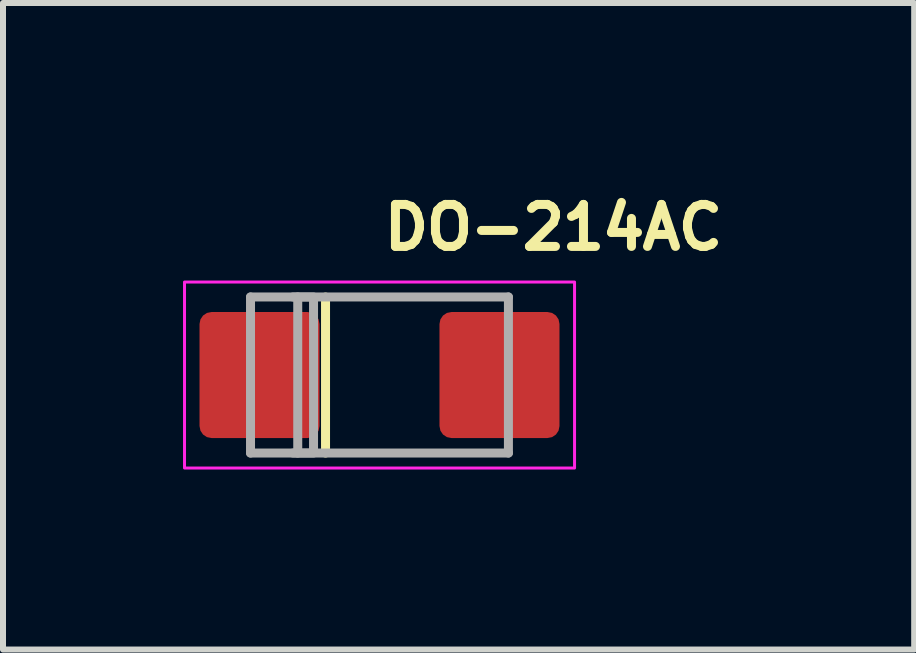
<source format=kicad_pcb>
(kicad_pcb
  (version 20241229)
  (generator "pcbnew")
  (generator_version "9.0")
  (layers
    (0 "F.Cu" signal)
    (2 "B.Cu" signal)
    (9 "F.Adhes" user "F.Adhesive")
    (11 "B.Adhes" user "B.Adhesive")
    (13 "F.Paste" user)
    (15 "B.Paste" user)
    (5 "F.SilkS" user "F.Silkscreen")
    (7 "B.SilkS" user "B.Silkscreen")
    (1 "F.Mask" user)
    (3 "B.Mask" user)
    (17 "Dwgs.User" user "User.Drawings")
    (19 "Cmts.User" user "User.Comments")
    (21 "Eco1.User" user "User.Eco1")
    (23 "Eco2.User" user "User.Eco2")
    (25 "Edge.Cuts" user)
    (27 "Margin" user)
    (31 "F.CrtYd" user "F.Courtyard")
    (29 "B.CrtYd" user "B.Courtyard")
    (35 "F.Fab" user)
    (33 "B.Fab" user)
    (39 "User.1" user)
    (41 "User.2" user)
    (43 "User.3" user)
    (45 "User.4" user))
  (footprint "DO-214AC"
    (layer "F.Cu")
    (at 3.275 3.2)
    (property "Reference" "DO-214AC" (at 0 -2.05 0) (layer "F.SilkS") (effects (font (size 0.7 0.7) (thickness 0.15)) (justify left bottom)))
    (attr smd)
    (fp_line (start -0.9 1.3) (end -0.9 -1.3) (stroke (width 0.15) (type solid)) (layer "F.SilkS"))
    (fp_rect (start -3.25 -1.55) (end 3.25 1.55) (stroke (width 0.05) (type solid)) (fill no) (layer "F.CrtYd"))
    (fp_line (start -2.15 -1.301) (end -2.15 1.3) (stroke (width 0.15) (type solid)) (layer "F.Fab"))
    (fp_line (start -2.15 -1.301) (end 2.148 -1.301) (stroke (width 0.15) (type solid)) (layer "F.Fab"))
    (fp_line (start -2.15 1.3) (end 2.148 1.3) (stroke (width 0.15) (type solid)) (layer "F.Fab"))
    (fp_line (start -1.442 1.3) (end -1.365 1.3) (stroke (width 0.15) (type solid)) (layer "F.Fab"))
    (fp_line (start -1.363 -1.301) (end -1.442 -1.301) (stroke (width 0.15) (type solid)) (layer "F.Fab"))
    (fp_line (start 2.148 -1.301) (end 2.148 1.3) (stroke (width 0.15) (type solid)) (layer "F.Fab"))
    (fp_rect (start -1.363 -1.301) (end -1.1 1.3) (stroke (width 0.15) (type solid)) (fill no) (layer "F.Fab"))
    (fp_rect (start -2.601 -1.301) (end 2.6 1.3) (stroke (width 0.1) (type solid)) (fill no) (layer "User.5"))
    (fp_line (start -2.601 0.748) (end -2.601 -0.75) (stroke (width 0.02) (type solid)) (layer "User.9"))
    (fp_line (start -2.452 -0.75) (end -2.601 -0.75) (stroke (width 0.02) (type solid)) (layer "User.9"))
    (fp_line (start -2.452 -0.75) (end -2.15 -0.75) (stroke (width 0.02) (type solid)) (layer "User.9"))
    (fp_line (start -2.452 0.748) (end -2.601 0.748) (stroke (width 0.02) (type solid)) (layer "User.9"))
    (fp_line (start -2.15 -1.301) (end 2.148 -1.301) (stroke (width 0.02) (type solid)) (layer "User.9"))
    (fp_line (start -2.15 -0.75) (end -2.15 -1.301) (stroke (width 0.02) (type solid)) (layer "User.9"))
    (fp_line (start -2.15 0.748) (end -2.452 0.748) (stroke (width 0.02) (type solid)) (layer "User.9"))
    (fp_line (start -2.15 0.748) (end -2.15 -0.75) (stroke (width 0.02) (type solid)) (layer "User.9"))
    (fp_line (start -2.15 1.3) (end -2.15 0.748) (stroke (width 0.02) (type solid)) (layer "User.9"))
    (fp_line (start -2.012 -1.16) (end -2.15 -1.301) (stroke (width 0.02) (type solid)) (layer "User.9"))
    (fp_line (start -2.012 -1.16) (end 1.009 -1.16) (stroke (width 0.02) (type solid)) (layer "User.9"))
    (fp_line (start -2.012 1.159) (end -2.15 1.3) (stroke (width 0.02) (type solid)) (layer "User.9"))
    (fp_line (start -2.012 1.159) (end -2.012 -1.16) (stroke (width 0.02) (type solid)) (layer "User.9"))
    (fp_line (start 1.009 1.159) (end -2.012 1.159) (stroke (width 0.02) (type solid)) (layer "User.9"))
    (fp_line (start 1.009 1.159) (end 1.509 1.159) (stroke (width 0.02) (type solid)) (layer "User.9"))
    (fp_line (start 1.509 -1.16) (end 1.009 -1.16) (stroke (width 0.02) (type solid)) (layer "User.9"))
    (fp_line (start 1.509 -1.16) (end 2.01 -1.16) (stroke (width 0.02) (type solid)) (layer "User.9"))
    (fp_line (start 2.01 -1.16) (end 2.01 1.159) (stroke (width 0.02) (type solid)) (layer "User.9"))
    (fp_line (start 2.01 1.159) (end 1.509 1.159) (stroke (width 0.02) (type solid)) (layer "User.9"))
    (fp_line (start 2.01 1.159) (end 2.148 1.3) (stroke (width 0.02) (type solid)) (layer "User.9"))
    (fp_line (start 2.148 -1.301) (end 2.01 -1.16) (stroke (width 0.02) (type solid)) (layer "User.9"))
    (fp_line (start 2.148 -1.301) (end 2.148 -0.75) (stroke (width 0.02) (type solid)) (layer "User.9"))
    (fp_line (start 2.148 -0.75) (end 2.148 0.748) (stroke (width 0.02) (type solid)) (layer "User.9"))
    (fp_line (start 2.148 -0.75) (end 2.45 -0.75) (stroke (width 0.02) (type solid)) (layer "User.9"))
    (fp_line (start 2.148 0.748) (end 2.148 1.3) (stroke (width 0.02) (type solid)) (layer "User.9"))
    (fp_line (start 2.148 1.3) (end -2.15 1.3) (stroke (width 0.02) (type solid)) (layer "User.9"))
    (fp_line (start 2.45 -0.75) (end 2.6 -0.75) (stroke (width 0.02) (type solid)) (layer "User.9"))
    (fp_line (start 2.45 0.748) (end 2.148 0.748) (stroke (width 0.02) (type solid)) (layer "User.9"))
    (fp_line (start 2.45 0.748) (end 2.6 0.748) (stroke (width 0.02) (type solid)) (layer "User.9"))
    (fp_line (start 2.6 -0.75) (end 2.6 0.748) (stroke (width 0.02) (type solid)) (layer "User.9"))
    (pad "A" smd roundrect (at 1.999 0) (size 2 2.1) (layers "F.Cu" "F.Mask" "F.Paste") (roundrect_rratio 0.1))
    (pad "K" smd roundrect (at -2 0) (size 2 2.1) (layers "F.Cu" "F.Mask" "F.Paste") (roundrect_rratio 0.1)))
  (gr_rect
    (start -3 -3)
    (end 12.185 7.775)
    (stroke (width 0.1) (type default))
    (fill no)
    (layer "Edge.Cuts")))
</source>
